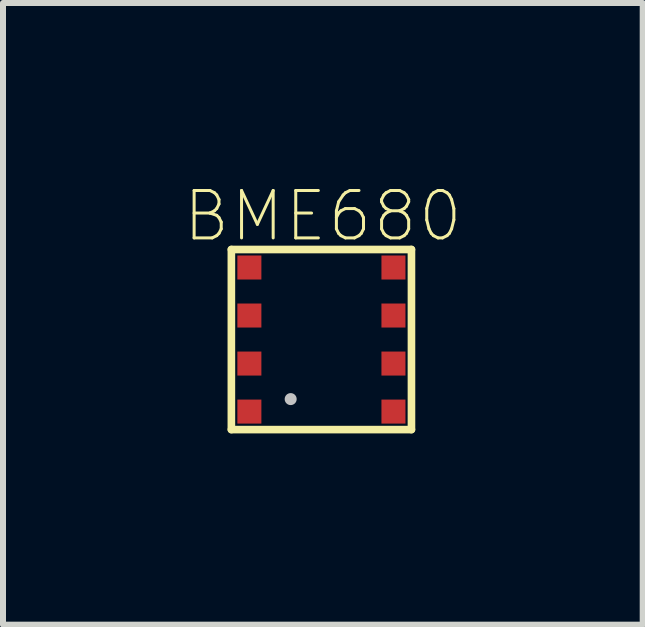
<source format=kicad_pcb>
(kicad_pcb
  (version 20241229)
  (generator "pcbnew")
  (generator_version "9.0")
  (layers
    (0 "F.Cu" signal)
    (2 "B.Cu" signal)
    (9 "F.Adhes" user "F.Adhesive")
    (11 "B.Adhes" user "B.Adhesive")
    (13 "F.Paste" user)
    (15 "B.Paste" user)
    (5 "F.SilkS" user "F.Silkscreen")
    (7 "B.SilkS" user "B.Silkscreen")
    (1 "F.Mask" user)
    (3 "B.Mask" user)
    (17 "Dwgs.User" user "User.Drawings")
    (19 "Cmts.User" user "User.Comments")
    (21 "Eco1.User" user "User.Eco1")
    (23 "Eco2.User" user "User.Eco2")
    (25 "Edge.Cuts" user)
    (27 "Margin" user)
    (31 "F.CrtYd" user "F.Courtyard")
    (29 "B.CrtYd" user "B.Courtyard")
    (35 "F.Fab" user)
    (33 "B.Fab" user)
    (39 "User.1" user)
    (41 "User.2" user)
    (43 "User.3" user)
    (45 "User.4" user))
  (footprint "BME680"
    (layer "F.Cu")
    (at 0.804 4.106)
    (property "Reference" "BME680" (at 1.524 -3.556 0) (layer "F.SilkS") (effects (font (size 0.79 0.79) (thickness 0.05))))
    (attr smd)
    (fp_line (start 0 -3) (end 0 0) (stroke (width 0.127) (type solid)) (layer "F.SilkS"))
    (fp_line (start 0 0) (end 3 0) (stroke (width 0.127) (type solid)) (layer "F.SilkS"))
    (fp_line (start 3 -3) (end 0 -3) (stroke (width 0.127) (type solid)) (layer "F.SilkS"))
    (fp_line (start 3 0) (end 3 -3) (stroke (width 0.127) (type solid)) (layer "F.SilkS"))
    (fp_circle (center 0.988 -0.508) (end 1.088 -0.508) (stroke (width 0) (type solid)) (fill yes) (layer "Dwgs.User"))
    (pad "1" smd rect (at 2.7 -2.7) (size 0.4 0.4) (layers "F.Cu" "F.Mask" "F.Paste"))
    (pad "2" smd rect (at 2.7 -1.9) (size 0.4 0.4) (layers "F.Cu" "F.Mask" "F.Paste"))
    (pad "3" smd rect (at 2.7 -1.1) (size 0.4 0.4) (layers "F.Cu" "F.Mask" "F.Paste"))
    (pad "4" smd rect (at 2.7 -0.3) (size 0.4 0.4) (layers "F.Cu" "F.Mask" "F.Paste"))
    (pad "5" smd rect (at 0.3 -0.3) (size 0.4 0.4) (layers "F.Cu" "F.Mask" "F.Paste"))
    (pad "6" smd rect (at 0.3 -1.1) (size 0.4 0.4) (layers "F.Cu" "F.Mask" "F.Paste"))
    (pad "7" smd rect (at 0.3 -1.9) (size 0.4 0.4) (layers "F.Cu" "F.Mask" "F.Paste"))
    (pad "8" smd rect (at 0.3 -2.7) (size 0.4 0.4) (layers "F.Cu" "F.Mask" "F.Paste")))
  (gr_rect
    (start -3 -3)
    (end 7.656 7.356)
    (stroke (width 0.1) (type default))
    (fill no)
    (layer "Edge.Cuts")))
</source>
